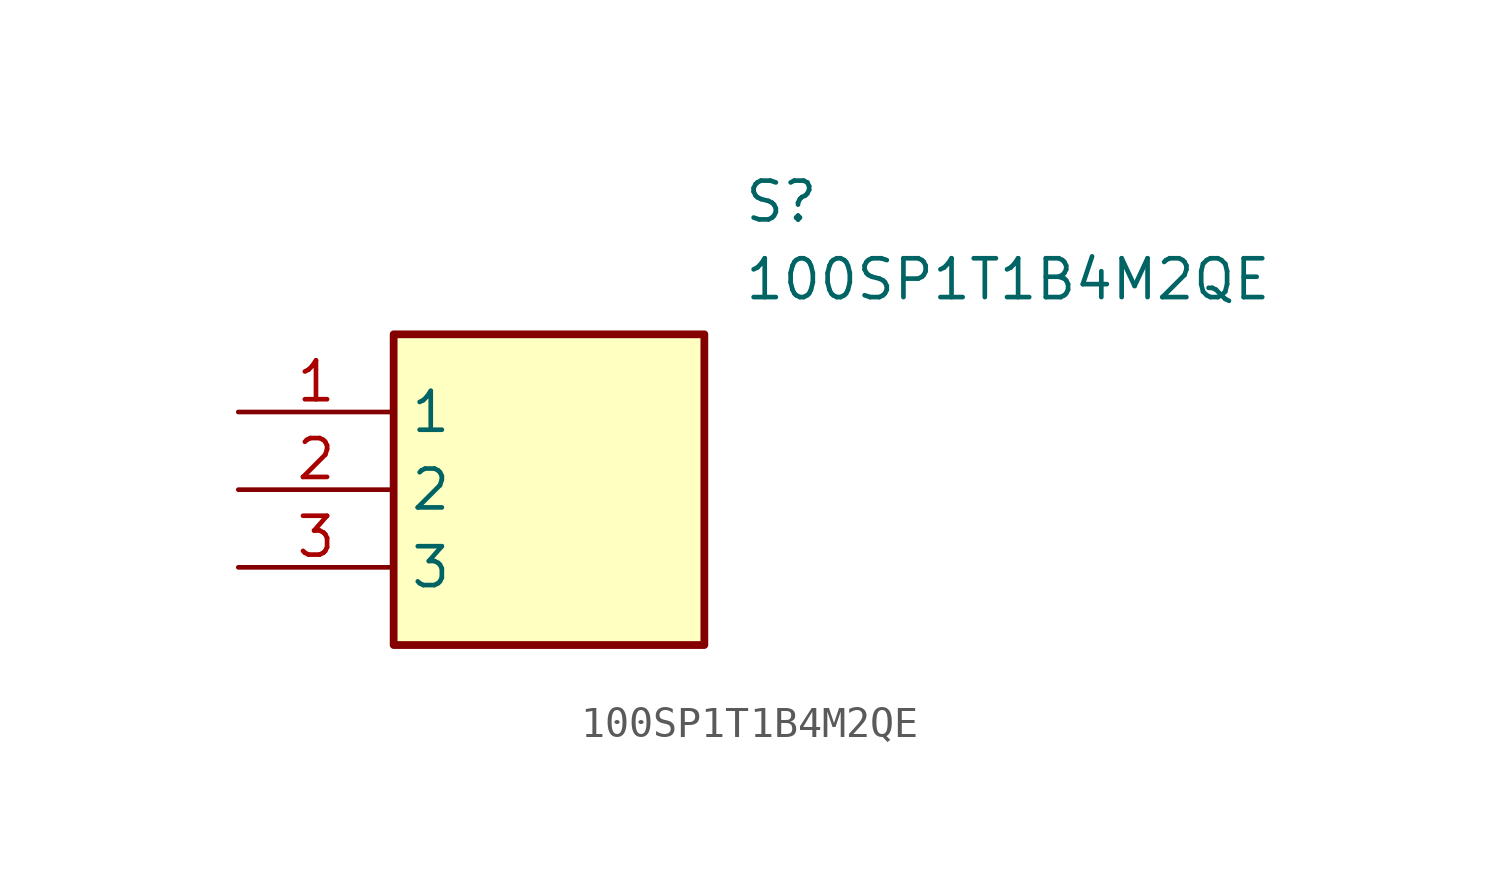
<source format=kicad_sym>
(kicad_symbol_lib
  (version 20220914)
  (generator kicad_symbol_editor)
  (symbol "100SP1T1B4M2QE"
    (property "Reference" "S"
      (at 16.51 7.62 0)
      (effects (font (size 1.27 1.27)) (justify left top)))
    (property "Value" "100SP1T1B4M2QE"
      (at 16.51 5.08 0)
      (effects (font (size 1.27 1.27)) (justify left top)))
    (symbol "100SP1T1B4M2QE_1_1"
      (rectangle (start 5.08 2.54) (end 15.24 -7.62) (stroke (width 0.254) (type default)) (fill (type background)))
      (pin passive line (at 0 0 0) (length 5.08) (name "1" (effects (font (size 1.27 1.27)))) (number "1" (effects (font (size 1.27 1.27)))))
      (pin passive line (at 0 -2.54 0) (length 5.08) (name "2" (effects (font (size 1.27 1.27)))) (number "2" (effects (font (size 1.27 1.27)))))
      (pin passive line (at 0 -5.08 0) (length 5.08) (name "3" (effects (font (size 1.27 1.27)))) (number "3" (effects (font (size 1.27 1.27))))))))
</source>
